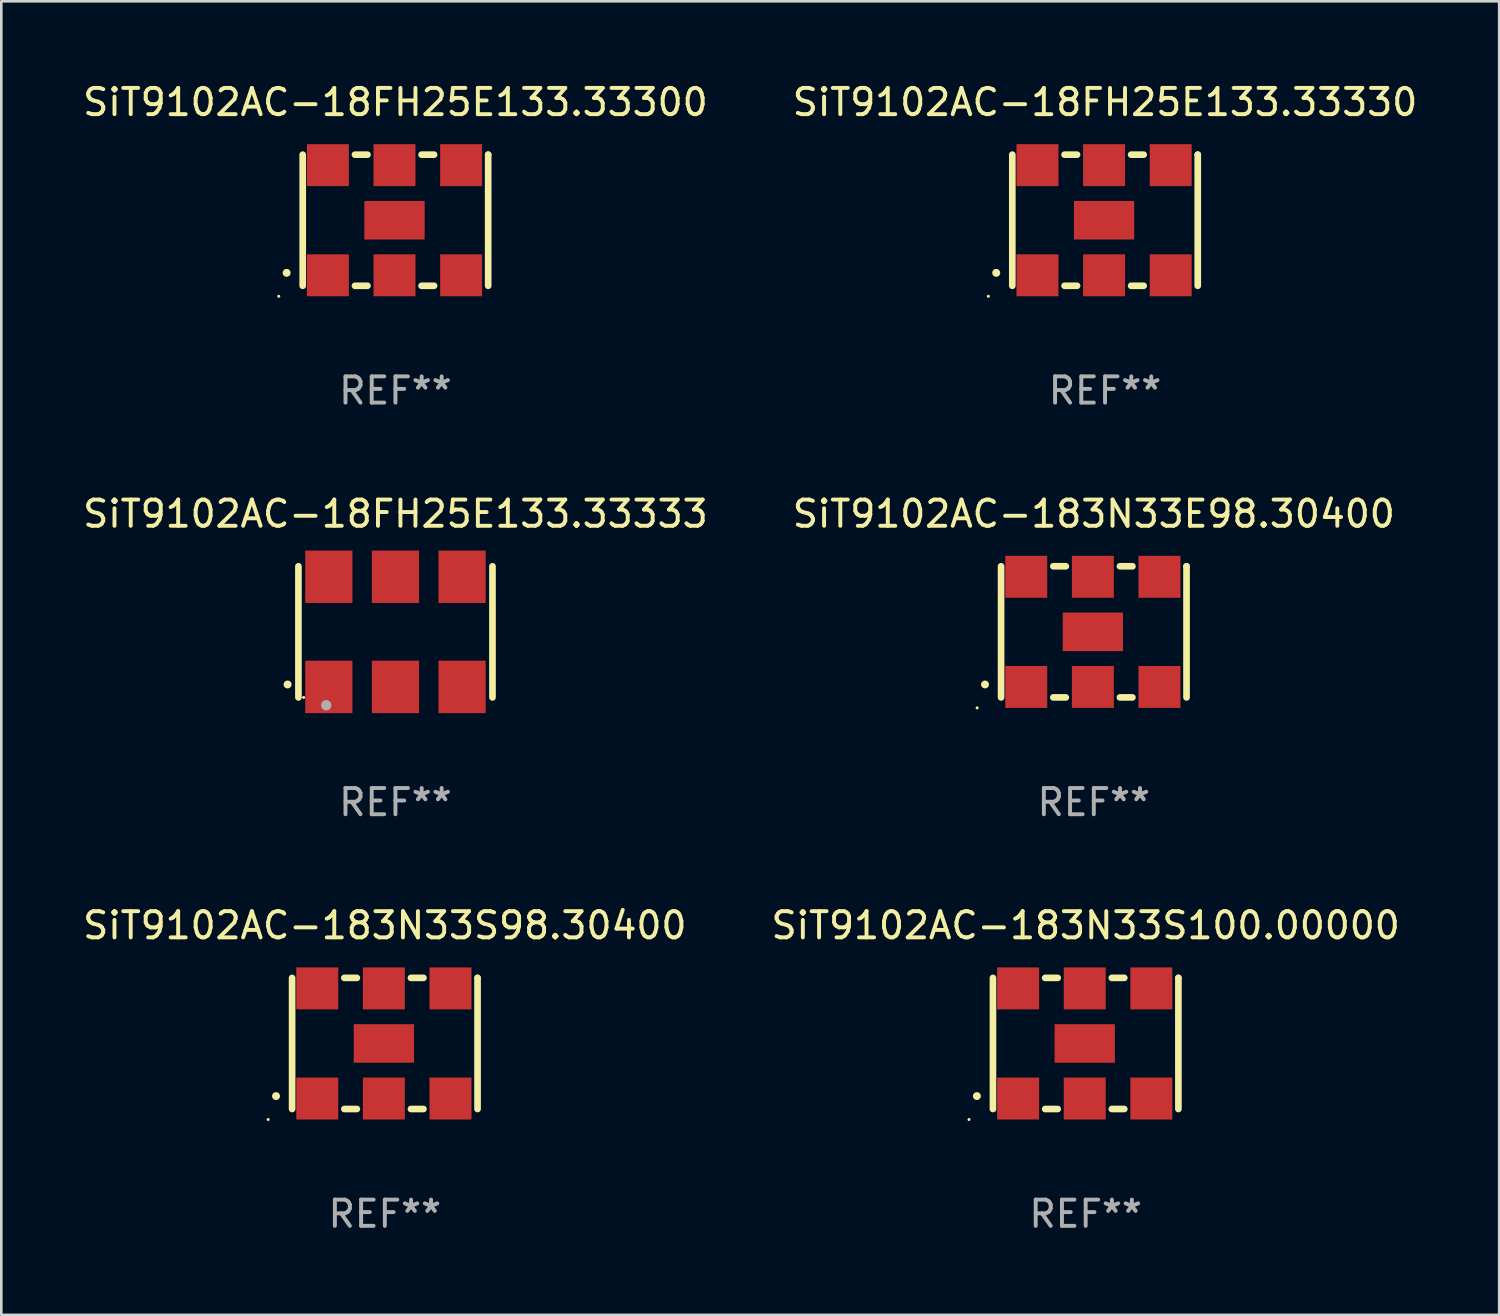
<source format=kicad_pcb>
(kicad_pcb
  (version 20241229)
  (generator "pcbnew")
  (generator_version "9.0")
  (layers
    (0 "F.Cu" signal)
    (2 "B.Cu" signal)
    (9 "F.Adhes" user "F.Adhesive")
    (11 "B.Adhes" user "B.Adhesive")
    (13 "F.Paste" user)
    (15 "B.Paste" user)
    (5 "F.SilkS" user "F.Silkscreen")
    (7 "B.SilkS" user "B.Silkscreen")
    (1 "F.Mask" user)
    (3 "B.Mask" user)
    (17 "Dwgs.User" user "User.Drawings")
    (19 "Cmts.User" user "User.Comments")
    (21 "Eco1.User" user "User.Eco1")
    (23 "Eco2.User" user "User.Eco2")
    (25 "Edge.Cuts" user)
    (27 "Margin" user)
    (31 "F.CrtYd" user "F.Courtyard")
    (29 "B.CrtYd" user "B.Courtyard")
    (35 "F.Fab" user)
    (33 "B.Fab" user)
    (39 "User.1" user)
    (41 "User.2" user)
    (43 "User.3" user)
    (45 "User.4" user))
  (footprint "SiT9102AC-183N33S100.00000"
    (layer "F.Cu")
    (at 38.351 36.741)
    (property "Reference" "SiT9102AC-183N33S100.00000" (at 0 -4.5 0) (layer "F.SilkS") (effects (font (size 1 1) (thickness 0.15))))
    (attr through_hole)
    (fp_line (start -3.536 -2.5) (end -3.536 2.5) (stroke (width 0.254) (type solid)) (layer "F.SilkS"))
    (fp_line (start -1.544 2.5) (end -1.067 2.5) (stroke (width 0.254) (type solid)) (layer "F.SilkS"))
    (fp_line (start -1.067 -2.5) (end -1.544 -2.5) (stroke (width 0.254) (type solid)) (layer "F.SilkS"))
    (fp_line (start 0.996 2.5) (end 1.473 2.5) (stroke (width 0.254) (type solid)) (layer "F.SilkS"))
    (fp_line (start 1.473 -2.5) (end 0.996 -2.5) (stroke (width 0.254) (type solid)) (layer "F.SilkS"))
    (fp_line (start 3.536 -2.5) (end 3.536 -2.5) (stroke (width 0.254) (type solid)) (layer "F.SilkS"))
    (fp_line (start 3.536 2.5) (end 3.536 -2.5) (stroke (width 0.254) (type solid)) (layer "F.SilkS"))
    (fp_arc (start -4.150432 2.006604) (mid -4.149162 2.006599) (end -4.147892 2.006604) (stroke (width 0.3) (type solid)) (layer "F.SilkS"))
    (fp_circle (center -4.449 2.9) (end -4.419 2.9) (stroke (width 0.06) (type solid)) (fill no) (layer "F.SilkS"))
    (fp_text user "REF**" (at 0 6.5 0) (layer "F.Fab") (effects (font (size 1 1) (thickness 0.15))))
    (pad "1" smd rect (at -2.576 2.1) (size 1.6 1.6) (layers "F.Cu" "F.Mask" "F.Paste"))
    (pad "2" smd rect (at -0.036 2.1) (size 1.6 1.6) (layers "F.Cu" "F.Mask" "F.Paste"))
    (pad "3" smd rect (at 2.504 2.1) (size 1.6 1.6) (layers "F.Cu" "F.Mask" "F.Paste"))
    (pad "4" smd rect (at 2.504 -2.1) (size 1.6 1.6) (layers "F.Cu" "F.Mask" "F.Paste"))
    (pad "5" smd rect (at -0.036 -2.1) (size 1.6 1.6) (layers "F.Cu" "F.Mask" "F.Paste"))
    (pad "6" smd rect (at -2.576 -2.1) (size 1.6 1.6) (layers "F.Cu" "F.Mask" "F.Paste"))
    (pad "7" smd rect (at -0.036 0) (size 2.3 1.47) (layers "F.Cu" "F.Mask" "F.Paste")))
  (footprint "SiT9102AC-183N33S98.30400"
    (layer "F.Cu")
    (at 11.625 36.741)
    (property "Reference" "SiT9102AC-183N33S98.30400" (at 0 -4.5 0) (layer "F.SilkS") (effects (font (size 1 1) (thickness 0.15))))
    (attr through_hole)
    (fp_line (start -3.536 -2.5) (end -3.536 2.5) (stroke (width 0.254) (type solid)) (layer "F.SilkS"))
    (fp_line (start -1.544 2.5) (end -1.067 2.5) (stroke (width 0.254) (type solid)) (layer "F.SilkS"))
    (fp_line (start -1.067 -2.5) (end -1.544 -2.5) (stroke (width 0.254) (type solid)) (layer "F.SilkS"))
    (fp_line (start 0.996 2.5) (end 1.473 2.5) (stroke (width 0.254) (type solid)) (layer "F.SilkS"))
    (fp_line (start 1.473 -2.5) (end 0.996 -2.5) (stroke (width 0.254) (type solid)) (layer "F.SilkS"))
    (fp_line (start 3.536 -2.5) (end 3.536 -2.5) (stroke (width 0.254) (type solid)) (layer "F.SilkS"))
    (fp_line (start 3.536 2.5) (end 3.536 -2.5) (stroke (width 0.254) (type solid)) (layer "F.SilkS"))
    (fp_arc (start -4.150432 2.006604) (mid -4.149162 2.006599) (end -4.147892 2.006604) (stroke (width 0.3) (type solid)) (layer "F.SilkS"))
    (fp_circle (center -4.449 2.9) (end -4.419 2.9) (stroke (width 0.06) (type solid)) (fill no) (layer "F.SilkS"))
    (fp_text user "REF**" (at 0 6.5 0) (layer "F.Fab") (effects (font (size 1 1) (thickness 0.15))))
    (pad "1" smd rect (at -2.576 2.1) (size 1.6 1.6) (layers "F.Cu" "F.Mask" "F.Paste"))
    (pad "2" smd rect (at -0.036 2.1) (size 1.6 1.6) (layers "F.Cu" "F.Mask" "F.Paste"))
    (pad "3" smd rect (at 2.504 2.1) (size 1.6 1.6) (layers "F.Cu" "F.Mask" "F.Paste"))
    (pad "4" smd rect (at 2.504 -2.1) (size 1.6 1.6) (layers "F.Cu" "F.Mask" "F.Paste"))
    (pad "5" smd rect (at -0.036 -2.1) (size 1.6 1.6) (layers "F.Cu" "F.Mask" "F.Paste"))
    (pad "6" smd rect (at -2.576 -2.1) (size 1.6 1.6) (layers "F.Cu" "F.Mask" "F.Paste"))
    (pad "7" smd rect (at -0.036 0) (size 2.3 1.47) (layers "F.Cu" "F.Mask" "F.Paste")))
  (footprint "SiT9102AC-18FH25E133.33333"
    (layer "F.Cu")
    (at 12.03 21.045)
    (property "Reference" "SiT9102AC-18FH25E133.33333" (at 0 -4.5 0) (layer "F.SilkS") (effects (font (size 1 1) (thickness 0.15))))
    (attr through_hole)
    (fp_line (start -3.7 -2.5) (end -3.7 2.5) (stroke (width 0.254) (type solid)) (layer "F.SilkS"))
    (fp_line (start 3.7 -2.5) (end 3.7 2.5) (stroke (width 0.254) (type solid)) (layer "F.SilkS"))
    (fp_arc (start -4.114415 2.006604) (mid -4.113145 2.006599) (end -4.111875 2.006604) (stroke (width 0.3) (type solid)) (layer "F.SilkS"))
    (fp_circle (center -3.5 2.501) (end -3.47 2.501) (stroke (width 0.06) (type solid)) (fill no) (layer "F.SilkS"))
    (fp_circle (center -2.641 2.799) (end -2.541 2.799) (stroke (width 0.2) (type solid)) (fill no) (layer "F.Fab"))
    (fp_text user "REF**" (at 0 6.5 0) (layer "F.Fab") (effects (font (size 1 1) (thickness 0.15))))
    (pad "1" smd rect (at -2.54 2.1) (size 1.8 2) (layers "F.Cu" "F.Mask" "F.Paste"))
    (pad "2" smd rect (at 0.000394 2.1) (size 1.8 2) (layers "F.Cu" "F.Mask" "F.Paste"))
    (pad "3" smd rect (at 2.54 2.1) (size 1.8 2) (layers "F.Cu" "F.Mask" "F.Paste"))
    (pad "4" smd rect (at 2.54 -2.1) (size 1.8 2) (layers "F.Cu" "F.Mask" "F.Paste"))
    (pad "5" smd rect (at 0.000394 -2.1) (size 1.8 2) (layers "F.Cu" "F.Mask" "F.Paste"))
    (pad "6" smd rect (at -2.54 -2.1) (size 1.8 2) (layers "F.Cu" "F.Mask" "F.Paste")))
  (footprint "SiT9102AC-18FH25E133.33330"
    (layer "F.Cu")
    (at 39.089 5.348)
    (property "Reference" "SiT9102AC-18FH25E133.33330" (at 0 -4.5 0) (layer "F.SilkS") (effects (font (size 1 1) (thickness 0.15))))
    (attr through_hole)
    (fp_line (start -3.536 -2.5) (end -3.536 2.5) (stroke (width 0.254) (type solid)) (layer "F.SilkS"))
    (fp_line (start -1.544 2.5) (end -1.067 2.5) (stroke (width 0.254) (type solid)) (layer "F.SilkS"))
    (fp_line (start -1.067 -2.5) (end -1.544 -2.5) (stroke (width 0.254) (type solid)) (layer "F.SilkS"))
    (fp_line (start 0.996 2.5) (end 1.473 2.5) (stroke (width 0.254) (type solid)) (layer "F.SilkS"))
    (fp_line (start 1.473 -2.5) (end 0.996 -2.5) (stroke (width 0.254) (type solid)) (layer "F.SilkS"))
    (fp_line (start 3.536 -2.5) (end 3.536 -2.5) (stroke (width 0.254) (type solid)) (layer "F.SilkS"))
    (fp_line (start 3.536 2.5) (end 3.536 -2.5) (stroke (width 0.254) (type solid)) (layer "F.SilkS"))
    (fp_arc (start -4.150432 2.006604) (mid -4.149162 2.006599) (end -4.147892 2.006604) (stroke (width 0.3) (type solid)) (layer "F.SilkS"))
    (fp_circle (center -4.449 2.9) (end -4.419 2.9) (stroke (width 0.06) (type solid)) (fill no) (layer "F.SilkS"))
    (fp_text user "REF**" (at 0 6.5 0) (layer "F.Fab") (effects (font (size 1 1) (thickness 0.15))))
    (pad "1" smd rect (at -2.576 2.1) (size 1.6 1.6) (layers "F.Cu" "F.Mask" "F.Paste"))
    (pad "2" smd rect (at -0.036 2.1) (size 1.6 1.6) (layers "F.Cu" "F.Mask" "F.Paste"))
    (pad "3" smd rect (at 2.504 2.1) (size 1.6 1.6) (layers "F.Cu" "F.Mask" "F.Paste"))
    (pad "4" smd rect (at 2.504 -2.1) (size 1.6 1.6) (layers "F.Cu" "F.Mask" "F.Paste"))
    (pad "5" smd rect (at -0.036 -2.1) (size 1.6 1.6) (layers "F.Cu" "F.Mask" "F.Paste"))
    (pad "6" smd rect (at -2.576 -2.1) (size 1.6 1.6) (layers "F.Cu" "F.Mask" "F.Paste"))
    (pad "7" smd rect (at -0.036 0) (size 2.3 1.47) (layers "F.Cu" "F.Mask" "F.Paste")))
  (footprint "SiT9102AC-183N33E98.30400"
    (layer "F.Cu")
    (at 38.661 21.045)
    (property "Reference" "SiT9102AC-183N33E98.30400" (at 0 -4.5 0) (layer "F.SilkS") (effects (font (size 1 1) (thickness 0.15))))
    (attr through_hole)
    (fp_line (start -3.536 -2.5) (end -3.536 2.5) (stroke (width 0.254) (type solid)) (layer "F.SilkS"))
    (fp_line (start -1.544 2.5) (end -1.067 2.5) (stroke (width 0.254) (type solid)) (layer "F.SilkS"))
    (fp_line (start -1.067 -2.5) (end -1.544 -2.5) (stroke (width 0.254) (type solid)) (layer "F.SilkS"))
    (fp_line (start 0.996 2.5) (end 1.473 2.5) (stroke (width 0.254) (type solid)) (layer "F.SilkS"))
    (fp_line (start 1.473 -2.5) (end 0.996 -2.5) (stroke (width 0.254) (type solid)) (layer "F.SilkS"))
    (fp_line (start 3.536 -2.5) (end 3.536 -2.5) (stroke (width 0.254) (type solid)) (layer "F.SilkS"))
    (fp_line (start 3.536 2.5) (end 3.536 -2.5) (stroke (width 0.254) (type solid)) (layer "F.SilkS"))
    (fp_arc (start -4.150432 2.006604) (mid -4.149162 2.006599) (end -4.147892 2.006604) (stroke (width 0.3) (type solid)) (layer "F.SilkS"))
    (fp_circle (center -4.449 2.9) (end -4.419 2.9) (stroke (width 0.06) (type solid)) (fill no) (layer "F.SilkS"))
    (fp_text user "REF**" (at 0 6.5 0) (layer "F.Fab") (effects (font (size 1 1) (thickness 0.15))))
    (pad "1" smd rect (at -2.576 2.1) (size 1.6 1.6) (layers "F.Cu" "F.Mask" "F.Paste"))
    (pad "2" smd rect (at -0.036 2.1) (size 1.6 1.6) (layers "F.Cu" "F.Mask" "F.Paste"))
    (pad "3" smd rect (at 2.504 2.1) (size 1.6 1.6) (layers "F.Cu" "F.Mask" "F.Paste"))
    (pad "4" smd rect (at 2.504 -2.1) (size 1.6 1.6) (layers "F.Cu" "F.Mask" "F.Paste"))
    (pad "5" smd rect (at -0.036 -2.1) (size 1.6 1.6) (layers "F.Cu" "F.Mask" "F.Paste"))
    (pad "6" smd rect (at -2.576 -2.1) (size 1.6 1.6) (layers "F.Cu" "F.Mask" "F.Paste"))
    (pad "7" smd rect (at -0.036 0) (size 2.3 1.47) (layers "F.Cu" "F.Mask" "F.Paste")))
  (footprint "SiT9102AC-18FH25E133.33300"
    (layer "F.Cu")
    (at 12.03 5.348)
    (property "Reference" "SiT9102AC-18FH25E133.33300" (at 0 -4.5 0) (layer "F.SilkS") (effects (font (size 1 1) (thickness 0.15))))
    (attr through_hole)
    (fp_line (start -3.536 -2.5) (end -3.536 2.5) (stroke (width 0.254) (type solid)) (layer "F.SilkS"))
    (fp_line (start -1.544 2.5) (end -1.067 2.5) (stroke (width 0.254) (type solid)) (layer "F.SilkS"))
    (fp_line (start -1.067 -2.5) (end -1.544 -2.5) (stroke (width 0.254) (type solid)) (layer "F.SilkS"))
    (fp_line (start 0.996 2.5) (end 1.473 2.5) (stroke (width 0.254) (type solid)) (layer "F.SilkS"))
    (fp_line (start 1.473 -2.5) (end 0.996 -2.5) (stroke (width 0.254) (type solid)) (layer "F.SilkS"))
    (fp_line (start 3.536 -2.5) (end 3.536 -2.5) (stroke (width 0.254) (type solid)) (layer "F.SilkS"))
    (fp_line (start 3.536 2.5) (end 3.536 -2.5) (stroke (width 0.254) (type solid)) (layer "F.SilkS"))
    (fp_arc (start -4.150432 2.006604) (mid -4.149162 2.006599) (end -4.147892 2.006604) (stroke (width 0.3) (type solid)) (layer "F.SilkS"))
    (fp_circle (center -4.449 2.9) (end -4.419 2.9) (stroke (width 0.06) (type solid)) (fill no) (layer "F.SilkS"))
    (fp_text user "REF**" (at 0 6.5 0) (layer "F.Fab") (effects (font (size 1 1) (thickness 0.15))))
    (pad "1" smd rect (at -2.576 2.1) (size 1.6 1.6) (layers "F.Cu" "F.Mask" "F.Paste"))
    (pad "2" smd rect (at -0.036 2.1) (size 1.6 1.6) (layers "F.Cu" "F.Mask" "F.Paste"))
    (pad "3" smd rect (at 2.504 2.1) (size 1.6 1.6) (layers "F.Cu" "F.Mask" "F.Paste"))
    (pad "4" smd rect (at 2.504 -2.1) (size 1.6 1.6) (layers "F.Cu" "F.Mask" "F.Paste"))
    (pad "5" smd rect (at -0.036 -2.1) (size 1.6 1.6) (layers "F.Cu" "F.Mask" "F.Paste"))
    (pad "6" smd rect (at -2.576 -2.1) (size 1.6 1.6) (layers "F.Cu" "F.Mask" "F.Paste"))
    (pad "7" smd rect (at -0.036 0) (size 2.3 1.47) (layers "F.Cu" "F.Mask" "F.Paste")))
  (gr_rect
    (start -3 -3)
    (end 54.119 47.09)
    (stroke (width 0.1) (type default))
    (fill no)
    (layer "Edge.Cuts")))
</source>
